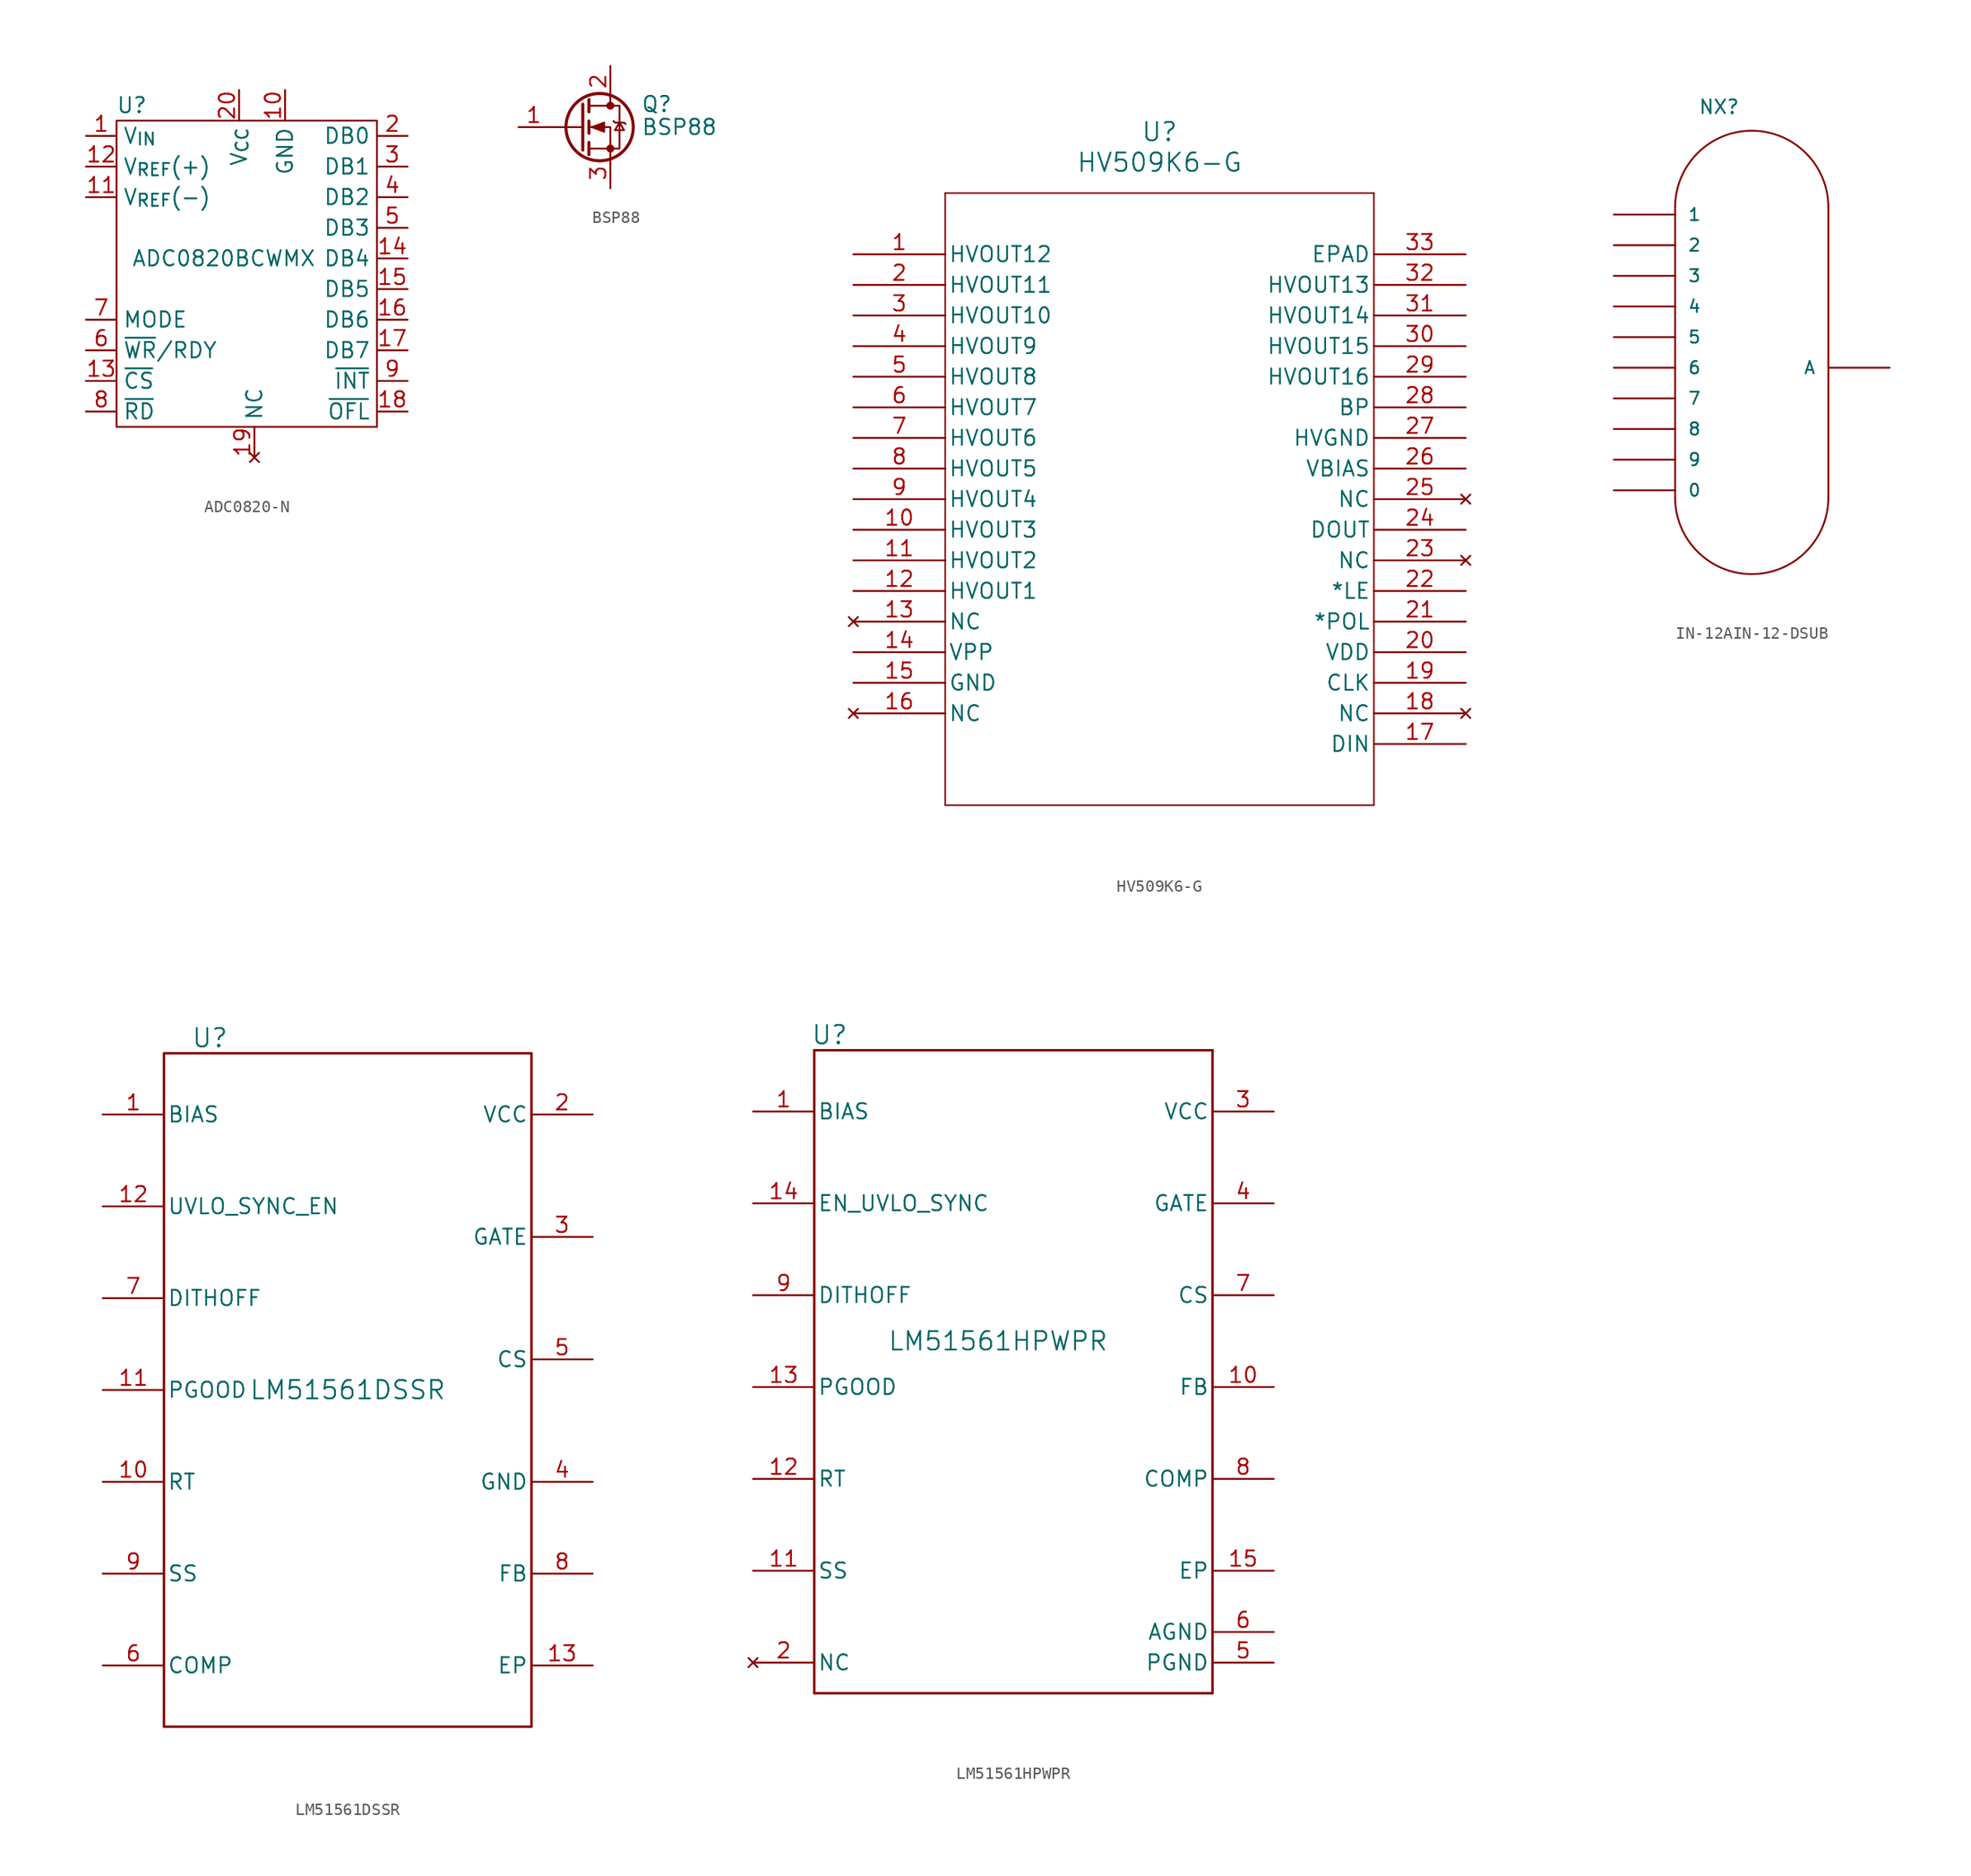
<source format=kicad_sym>
(kicad_symbol_lib
  (version 20220914)
  (generator kicad_symbol_editor)
  (symbol "ADC0820-N"
    (property "Reference" "U"
      (at 1.27 26.67 0)
      (effects (font (size 1.27 1.27))))
    (property "Value" "ADC0820BCWMX"
      (at 8.89 13.97 0)
      (effects (font (size 1.27 1.27))))
    (symbol "ADC0820-N_0_1"
      (rectangle (start 0 25.4) (end 21.59 0) (stroke (width 0) (type default)) (fill (type none))))
    (symbol "ADC0820-N_1_1"
      (pin input line (at -2.54 24.13 0) (length 2.54) (name "V_{IN}" (effects (font (size 1.27 1.27)))) (number "1" (effects (font (size 1.27 1.27)))))
      (pin power_in line (at 13.97 27.94 270) (length 2.54) (name "GND" (effects (font (size 1.27 1.27)))) (number "10" (effects (font (size 1.27 1.27)))))
      (pin input line (at -2.54 19.05 0) (length 2.54) (name "V_{REF}(-)" (effects (font (size 1.27 1.27)))) (number "11" (effects (font (size 1.27 1.27)))))
      (pin input line (at -2.54 21.59 0) (length 2.54) (name "V_{REF}(+)" (effects (font (size 1.27 1.27)))) (number "12" (effects (font (size 1.27 1.27)))))
      (pin input line (at -2.54 3.81 0) (length 2.54) (name "~{CS}" (effects (font (size 1.27 1.27)))) (number "13" (effects (font (size 1.27 1.27)))))
      (pin output line (at 24.13 13.97 180) (length 2.54) (name "DB4" (effects (font (size 1.27 1.27)))) (number "14" (effects (font (size 1.27 1.27)))))
      (pin output line (at 24.13 11.43 180) (length 2.54) (name "DB5" (effects (font (size 1.27 1.27)))) (number "15" (effects (font (size 1.27 1.27)))))
      (pin output line (at 24.13 8.89 180) (length 2.54) (name "DB6" (effects (font (size 1.27 1.27)))) (number "16" (effects (font (size 1.27 1.27)))))
      (pin output line (at 24.13 6.35 180) (length 2.54) (name "DB7" (effects (font (size 1.27 1.27)))) (number "17" (effects (font (size 1.27 1.27)))))
      (pin output line (at 24.13 1.27 180) (length 2.54) (name "~{OFL}" (effects (font (size 1.27 1.27)))) (number "18" (effects (font (size 1.27 1.27)))))
      (pin no_connect line (at 11.43 -2.54 90) (length 2.54) (name "NC" (effects (font (size 1.27 1.27)))) (number "19" (effects (font (size 1.27 1.27)))))
      (pin output line (at 24.13 24.13 180) (length 2.54) (name "DB0" (effects (font (size 1.27 1.27)))) (number "2" (effects (font (size 1.27 1.27)))))
      (pin power_in line (at 10.16 27.94 270) (length 2.54) (name "V_{CC}" (effects (font (size 1.27 1.27)))) (number "20" (effects (font (size 1.27 1.27)))))
      (pin output line (at 24.13 21.59 180) (length 2.54) (name "DB1" (effects (font (size 1.27 1.27)))) (number "3" (effects (font (size 1.27 1.27)))))
      (pin output line (at 24.13 19.05 180) (length 2.54) (name "DB2" (effects (font (size 1.27 1.27)))) (number "4" (effects (font (size 1.27 1.27)))))
      (pin output line (at 24.13 16.51 180) (length 2.54) (name "DB3" (effects (font (size 1.27 1.27)))) (number "5" (effects (font (size 1.27 1.27)))))
      (pin input line (at -2.54 6.35 0) (length 2.54) (name "~{WR}/RDY" (effects (font (size 1.27 1.27)))) (number "6" (effects (font (size 1.27 1.27)))))
      (pin input line (at -2.54 8.89 0) (length 2.54) (name "MODE" (effects (font (size 1.27 1.27)))) (number "7" (effects (font (size 1.27 1.27)))))
      (pin input line (at -2.54 1.27 0) (length 2.54) (name "~{RD}" (effects (font (size 1.27 1.27)))) (number "8" (effects (font (size 1.27 1.27)))))
      (pin output line (at 24.13 3.81 180) (length 2.54) (name "~{INT}" (effects (font (size 1.27 1.27)))) (number "9" (effects (font (size 1.27 1.27)))))))
  (symbol "BSP88"
    (pin_names hide)
    (property "Reference" "Q"
      (at 5.08 1.905 0)
      (effects (font (size 1.27 1.27)) (justify left)))
    (property "Value" "BSP88"
      (at 5.08 0 0)
      (effects (font (size 1.27 1.27)) (justify left)))
    (symbol "BSP88_0_1"
      (polyline (pts (xy 0.254 0) (xy -2.54 0)) (stroke (width 0) (type default)) (fill (type none)))
      (polyline (pts (xy 0.254 1.905) (xy 0.254 -1.905)) (stroke (width 0.254) (type default)) (fill (type none)))
      (polyline (pts (xy 0.762 -1.27) (xy 0.762 -2.286)) (stroke (width 0.254) (type default)) (fill (type none)))
      (polyline (pts (xy 0.762 0.508) (xy 0.762 -0.508)) (stroke (width 0.254) (type default)) (fill (type none)))
      (polyline (pts (xy 0.762 2.286) (xy 0.762 1.27)) (stroke (width 0.254) (type default)) (fill (type none)))
      (polyline (pts (xy 2.54 2.54) (xy 2.54 1.778)) (stroke (width 0) (type default)) (fill (type none)))
      (polyline (pts (xy 2.54 -2.54) (xy 2.54 0) (xy 0.762 0)) (stroke (width 0) (type default)) (fill (type none)))
      (polyline (pts (xy 0.762 -1.778) (xy 3.302 -1.778) (xy 3.302 1.778) (xy 0.762 1.778)) (stroke (width 0) (type default)) (fill (type none)))
      (polyline (pts (xy 1.016 0) (xy 2.032 0.381) (xy 2.032 -0.381) (xy 1.016 0)) (stroke (width 0) (type default)) (fill (type outline)))
      (polyline (pts (xy 2.794 0.508) (xy 2.921 0.381) (xy 3.683 0.381) (xy 3.81 0.254)) (stroke (width 0) (type default)) (fill (type none)))
      (polyline (pts (xy 3.302 0.381) (xy 2.921 -0.254) (xy 3.683 -0.254) (xy 3.302 0.381)) (stroke (width 0) (type default)) (fill (type none)))
      (circle (center 1.651 0) (radius 2.794) (stroke (width 0.254) (type default)) (fill (type none)))
      (circle (center 2.54 -1.778) (radius 0.254) (stroke (width 0) (type default)) (fill (type outline)))
      (circle (center 2.54 1.778) (radius 0.254) (stroke (width 0) (type default)) (fill (type outline))))
    (symbol "BSP88_1_1"
      (pin input line (at -5.08 0 0) (length 2.54) (name "G" (effects (font (size 1.27 1.27)))) (number "1" (effects (font (size 1.27 1.27)))))
      (pin passive line (at 2.54 5.08 270) (length 2.54) (name "D" (effects (font (size 1.27 1.27)))) (number "2" (effects (font (size 1.27 1.27)))))
      (pin passive line (at 2.54 -5.08 90) (length 2.54) (name "S" (effects (font (size 1.27 1.27)))) (number "3" (effects (font (size 1.27 1.27)))))))
  (symbol "HV509K6-G"
    (pin_names
      (offset 0.254))
    (property "Reference" "U"
      (at 25.4 10.16 0)
      (effects (font (size 1.524 1.524))))
    (property "Value" "HV509K6-G"
      (at 25.4 7.62 0)
      (effects (font (size 1.524 1.524))))
    (symbol "HV509K6-G_0_1"
      (polyline (pts (xy 7.62 -45.72) (xy 43.18 -45.72)) (stroke (width 0.127) (type default)) (fill (type none)))
      (polyline (pts (xy 7.62 5.08) (xy 7.62 -45.72)) (stroke (width 0.127) (type default)) (fill (type none)))
      (polyline (pts (xy 43.18 -45.72) (xy 43.18 5.08)) (stroke (width 0.127) (type default)) (fill (type none)))
      (polyline (pts (xy 43.18 5.08) (xy 7.62 5.08)) (stroke (width 0.127) (type default)) (fill (type none)))
      (pin output line (at 0 0 0) (length 7.62) (name "HVOUT12" (effects (font (size 1.27 1.27)))) (number "1" (effects (font (size 1.27 1.27)))))
      (pin output line (at 0 -22.86 0) (length 7.62) (name "HVOUT3" (effects (font (size 1.27 1.27)))) (number "10" (effects (font (size 1.27 1.27)))))
      (pin output line (at 0 -25.4 0) (length 7.62) (name "HVOUT2" (effects (font (size 1.27 1.27)))) (number "11" (effects (font (size 1.27 1.27)))))
      (pin output line (at 0 -27.94 0) (length 7.62) (name "HVOUT1" (effects (font (size 1.27 1.27)))) (number "12" (effects (font (size 1.27 1.27)))))
      (pin no_connect line (at 0 -30.48 0) (length 7.62) (name "NC" (effects (font (size 1.27 1.27)))) (number "13" (effects (font (size 1.27 1.27)))))
      (pin power_in line (at 0 -33.02 0) (length 7.62) (name "VPP" (effects (font (size 1.27 1.27)))) (number "14" (effects (font (size 1.27 1.27)))))
      (pin power_in line (at 0 -35.56 0) (length 7.62) (name "GND" (effects (font (size 1.27 1.27)))) (number "15" (effects (font (size 1.27 1.27)))))
      (pin no_connect line (at 0 -38.1 0) (length 7.62) (name "NC" (effects (font (size 1.27 1.27)))) (number "16" (effects (font (size 1.27 1.27)))))
      (pin input line (at 50.8 -40.64 180) (length 7.62) (name "DIN" (effects (font (size 1.27 1.27)))) (number "17" (effects (font (size 1.27 1.27)))))
      (pin no_connect line (at 50.8 -38.1 180) (length 7.62) (name "NC" (effects (font (size 1.27 1.27)))) (number "18" (effects (font (size 1.27 1.27)))))
      (pin input line (at 50.8 -35.56 180) (length 7.62) (name "CLK" (effects (font (size 1.27 1.27)))) (number "19" (effects (font (size 1.27 1.27)))))
      (pin output line (at 0 -2.54 0) (length 7.62) (name "HVOUT11" (effects (font (size 1.27 1.27)))) (number "2" (effects (font (size 1.27 1.27)))))
      (pin power_in line (at 50.8 -33.02 180) (length 7.62) (name "VDD" (effects (font (size 1.27 1.27)))) (number "20" (effects (font (size 1.27 1.27)))))
      (pin input line (at 50.8 -30.48 180) (length 7.62) (name "*POL" (effects (font (size 1.27 1.27)))) (number "21" (effects (font (size 1.27 1.27)))))
      (pin input line (at 50.8 -27.94 180) (length 7.62) (name "*LE" (effects (font (size 1.27 1.27)))) (number "22" (effects (font (size 1.27 1.27)))))
      (pin no_connect line (at 50.8 -25.4 180) (length 7.62) (name "NC" (effects (font (size 1.27 1.27)))) (number "23" (effects (font (size 1.27 1.27)))))
      (pin output line (at 50.8 -22.86 180) (length 7.62) (name "DOUT" (effects (font (size 1.27 1.27)))) (number "24" (effects (font (size 1.27 1.27)))))
      (pin no_connect line (at 50.8 -20.32 180) (length 7.62) (name "NC" (effects (font (size 1.27 1.27)))) (number "25" (effects (font (size 1.27 1.27)))))
      (pin power_in line (at 50.8 -17.78 180) (length 7.62) (name "VBIAS" (effects (font (size 1.27 1.27)))) (number "26" (effects (font (size 1.27 1.27)))))
      (pin power_out line (at 50.8 -15.24 180) (length 7.62) (name "HVGND" (effects (font (size 1.27 1.27)))) (number "27" (effects (font (size 1.27 1.27)))))
      (pin output line (at 50.8 -12.7 180) (length 7.62) (name "BP" (effects (font (size 1.27 1.27)))) (number "28" (effects (font (size 1.27 1.27)))))
      (pin output line (at 50.8 -10.16 180) (length 7.62) (name "HVOUT16" (effects (font (size 1.27 1.27)))) (number "29" (effects (font (size 1.27 1.27)))))
      (pin output line (at 0 -5.08 0) (length 7.62) (name "HVOUT10" (effects (font (size 1.27 1.27)))) (number "3" (effects (font (size 1.27 1.27)))))
      (pin output line (at 50.8 -7.62 180) (length 7.62) (name "HVOUT15" (effects (font (size 1.27 1.27)))) (number "30" (effects (font (size 1.27 1.27)))))
      (pin output line (at 50.8 -5.08 180) (length 7.62) (name "HVOUT14" (effects (font (size 1.27 1.27)))) (number "31" (effects (font (size 1.27 1.27)))))
      (pin output line (at 50.8 -2.54 180) (length 7.62) (name "HVOUT13" (effects (font (size 1.27 1.27)))) (number "32" (effects (font (size 1.27 1.27)))))
      (pin passive line (at 50.8 0 180) (length 7.62) (name "EPAD" (effects (font (size 1.27 1.27)))) (number "33" (effects (font (size 1.27 1.27)))))
      (pin output line (at 0 -7.62 0) (length 7.62) (name "HVOUT9" (effects (font (size 1.27 1.27)))) (number "4" (effects (font (size 1.27 1.27)))))
      (pin output line (at 0 -10.16 0) (length 7.62) (name "HVOUT8" (effects (font (size 1.27 1.27)))) (number "5" (effects (font (size 1.27 1.27)))))
      (pin output line (at 0 -12.7 0) (length 7.62) (name "HVOUT7" (effects (font (size 1.27 1.27)))) (number "6" (effects (font (size 1.27 1.27)))))
      (pin output line (at 0 -15.24 0) (length 7.62) (name "HVOUT6" (effects (font (size 1.27 1.27)))) (number "7" (effects (font (size 1.27 1.27)))))
      (pin output line (at 0 -17.78 0) (length 7.62) (name "HVOUT5" (effects (font (size 1.27 1.27)))) (number "8" (effects (font (size 1.27 1.27)))))
      (pin output line (at 0 -20.32 0) (length 7.62) (name "HVOUT4" (effects (font (size 1.27 1.27)))) (number "9" (effects (font (size 1.27 1.27)))))))
  (symbol "IN-12AIN-12-DSUB"
    (pin_numbers hide)
    (pin_names
      (offset 1.016))
    (property "Reference" "NX"
      (at -5.715 20.955 0)
      (effects (font (size 1.143 1.143)) (justify left bottom)))
    (symbol "IN-12AIN-12-DSUB_1_0"
      (polyline (pts (xy -7.62 -10.795) (xy -7.62 13.335)) (stroke (width 0) (type solid)) (fill (type none)))
      (polyline (pts (xy 5.08 -10.795) (xy 5.08 13.335)) (stroke (width 0) (type solid)) (fill (type none))))
    (symbol "IN-12AIN-12-DSUB_1_1"
      (arc (start -7.62 -10.795) (mid -1.27 -17.1174) (end 5.08 -10.795) (stroke (width 0) (type solid)) (fill (type none)))
      (arc (start 5.08 13.335) (mid -1.27 19.6574) (end -7.62 13.335) (stroke (width 0) (type solid)) (fill (type none)))
      (pin bidirectional line (at -12.7 -10.16 0) (length 5.08) (name "0" (effects (font (size 1.016 1.016)))) (number "0" (effects (font (size 1.016 1.016)))))
      (pin bidirectional line (at -12.7 12.7 0) (length 5.08) (name "1" (effects (font (size 1.016 1.016)))) (number "1" (effects (font (size 1.016 1.016)))))
      (pin bidirectional line (at -12.7 10.16 0) (length 5.08) (name "2" (effects (font (size 1.016 1.016)))) (number "2" (effects (font (size 1.016 1.016)))))
      (pin bidirectional line (at -12.7 7.62 0) (length 5.08) (name "3" (effects (font (size 1.016 1.016)))) (number "3" (effects (font (size 1.016 1.016)))))
      (pin bidirectional line (at -12.7 5.08 0) (length 5.08) (name "4" (effects (font (size 1.016 1.016)))) (number "4" (effects (font (size 1.016 1.016)))))
      (pin bidirectional line (at -12.7 2.54 0) (length 5.08) (name "5" (effects (font (size 1.016 1.016)))) (number "5" (effects (font (size 1.016 1.016)))))
      (pin bidirectional line (at -12.7 0 0) (length 5.08) (name "6" (effects (font (size 1.016 1.016)))) (number "6" (effects (font (size 1.016 1.016)))))
      (pin bidirectional line (at -12.7 -2.54 0) (length 5.08) (name "7" (effects (font (size 1.016 1.016)))) (number "7" (effects (font (size 1.016 1.016)))))
      (pin bidirectional line (at -12.7 -5.08 0) (length 5.08) (name "8" (effects (font (size 1.016 1.016)))) (number "8" (effects (font (size 1.016 1.016)))))
      (pin bidirectional line (at -12.7 -7.62 0) (length 5.08) (name "9" (effects (font (size 1.016 1.016)))) (number "9" (effects (font (size 1.016 1.016)))))
      (pin bidirectional line (at 10.16 0 180) (length 5.08) (name "A" (effects (font (size 1.016 1.016)))) (number "A" (effects (font (size 1.016 1.016)))))))
  (symbol "LM51561DSSR"
    (pin_names
      (offset 0.254))
    (property "Reference" "U"
      (at -11.43 29.21 0)
      (effects (font (size 1.524 1.524))))
    (property "Value" "LM51561DSSR"
      (at 0 0 0)
      (effects (font (size 1.524 1.524))))
    (symbol "LM51561DSSR_0_1"
      (polyline (pts (xy -15.24 -27.94) (xy 15.24 -27.94)) (stroke (width 0.203) (type default)) (fill (type none)))
      (polyline (pts (xy -15.24 27.94) (xy -15.24 -27.94)) (stroke (width 0.203) (type default)) (fill (type none)))
      (polyline (pts (xy 15.24 -27.94) (xy 15.24 27.94)) (stroke (width 0.203) (type default)) (fill (type none)))
      (polyline (pts (xy 15.24 27.94) (xy -15.24 27.94)) (stroke (width 0.203) (type default)) (fill (type none)))
      (pin power_in line (at -20.32 22.86 0) (length 5.08) (name "BIAS" (effects (font (size 1.27 1.27)))) (number "1" (effects (font (size 1.27 1.27)))))
      (pin input line (at -20.32 -7.62 0) (length 5.08) (name "RT" (effects (font (size 1.27 1.27)))) (number "10" (effects (font (size 1.27 1.27)))))
      (pin open_collector line (at -20.32 0 0) (length 5.08) (name "PGOOD" (effects (font (size 1.27 1.27)))) (number "11" (effects (font (size 1.27 1.27)))))
      (pin input line (at -20.32 15.24 0) (length 5.08) (name "UVLO_SYNC_EN" (effects (font (size 1.27 1.27)))) (number "12" (effects (font (size 1.27 1.27)))))
      (pin power_in line (at 20.32 -22.86 180) (length 5.08) (name "EP" (effects (font (size 1.27 1.27)))) (number "13" (effects (font (size 1.27 1.27)))))
      (pin power_in line (at 20.32 22.86 180) (length 5.08) (name "VCC" (effects (font (size 1.27 1.27)))) (number "2" (effects (font (size 1.27 1.27)))))
      (pin output line (at 20.32 12.7 180) (length 5.08) (name "GATE" (effects (font (size 1.27 1.27)))) (number "3" (effects (font (size 1.27 1.27)))))
      (pin power_in line (at 20.32 -7.62 180) (length 5.08) (name "GND" (effects (font (size 1.27 1.27)))) (number "4" (effects (font (size 1.27 1.27)))))
      (pin input line (at 20.32 2.54 180) (length 5.08) (name "CS" (effects (font (size 1.27 1.27)))) (number "5" (effects (font (size 1.27 1.27)))))
      (pin output line (at -20.32 -22.86 0) (length 5.08) (name "COMP" (effects (font (size 1.27 1.27)))) (number "6" (effects (font (size 1.27 1.27)))))
      (pin input line (at -20.32 7.62 0) (length 5.08) (name "DITHOFF" (effects (font (size 1.27 1.27)))) (number "7" (effects (font (size 1.27 1.27)))))
      (pin input line (at 20.32 -15.24 180) (length 5.08) (name "FB" (effects (font (size 1.27 1.27)))) (number "8" (effects (font (size 1.27 1.27)))))
      (pin input line (at -20.32 -15.24 0) (length 5.08) (name "SS" (effects (font (size 1.27 1.27)))) (number "9" (effects (font (size 1.27 1.27)))))))
  (symbol "LM51561HPWPR"
    (pin_names
      (offset 0.254))
    (property "Reference" "U"
      (at 6.35 6.35 0)
      (effects (font (size 1.524 1.524))))
    (property "Value" "LM51561HPWPR"
      (at 20.32 -19.05 0)
      (effects (font (size 1.524 1.524))))
    (symbol "LM51561HPWPR_0_1"
      (polyline (pts (xy 5.08 -48.26) (xy 38.1 -48.26)) (stroke (width 0.203) (type default)) (fill (type none)))
      (polyline (pts (xy 5.08 5.08) (xy 5.08 -48.26)) (stroke (width 0.203) (type default)) (fill (type none)))
      (polyline (pts (xy 38.1 -48.26) (xy 38.1 5.08)) (stroke (width 0.203) (type default)) (fill (type none)))
      (polyline (pts (xy 38.1 5.08) (xy 5.08 5.08)) (stroke (width 0.203) (type default)) (fill (type none)))
      (pin power_in line (at 0 0 0) (length 5.08) (name "BIAS" (effects (font (size 1.27 1.27)))) (number "1" (effects (font (size 1.27 1.27)))))
      (pin input line (at 43.18 -22.86 180) (length 5.08) (name "FB" (effects (font (size 1.27 1.27)))) (number "10" (effects (font (size 1.27 1.27)))))
      (pin input line (at 0 -38.1 0) (length 5.08) (name "SS" (effects (font (size 1.27 1.27)))) (number "11" (effects (font (size 1.27 1.27)))))
      (pin input line (at 0 -30.48 0) (length 5.08) (name "RT" (effects (font (size 1.27 1.27)))) (number "12" (effects (font (size 1.27 1.27)))))
      (pin open_collector line (at 0 -22.86 0) (length 5.08) (name "PGOOD" (effects (font (size 1.27 1.27)))) (number "13" (effects (font (size 1.27 1.27)))))
      (pin input line (at 0 -7.62 0) (length 5.08) (name "EN_UVLO_SYNC" (effects (font (size 1.27 1.27)))) (number "14" (effects (font (size 1.27 1.27)))))
      (pin passive line (at 43.18 -38.1 180) (length 5.08) (name "EP" (effects (font (size 1.27 1.27)))) (number "15" (effects (font (size 1.27 1.27)))))
      (pin no_connect line (at 0 -45.72 0) (length 5.08) (name "NC" (effects (font (size 1.27 1.27)))) (number "2" (effects (font (size 1.27 1.27)))))
      (pin power_out line (at 43.18 0 180) (length 5.08) (name "VCC" (effects (font (size 1.27 1.27)))) (number "3" (effects (font (size 1.27 1.27)))))
      (pin output line (at 43.18 -7.62 180) (length 5.08) (name "GATE" (effects (font (size 1.27 1.27)))) (number "4" (effects (font (size 1.27 1.27)))))
      (pin power_in line (at 43.18 -45.72 180) (length 5.08) (name "PGND" (effects (font (size 1.27 1.27)))) (number "5" (effects (font (size 1.27 1.27)))))
      (pin power_in line (at 43.18 -43.18 180) (length 5.08) (name "AGND" (effects (font (size 1.27 1.27)))) (number "6" (effects (font (size 1.27 1.27)))))
      (pin input line (at 43.18 -15.24 180) (length 5.08) (name "CS" (effects (font (size 1.27 1.27)))) (number "7" (effects (font (size 1.27 1.27)))))
      (pin output line (at 43.18 -30.48 180) (length 5.08) (name "COMP" (effects (font (size 1.27 1.27)))) (number "8" (effects (font (size 1.27 1.27)))))
      (pin input line (at 0 -15.24 0) (length 5.08) (name "DITHOFF" (effects (font (size 1.27 1.27)))) (number "9" (effects (font (size 1.27 1.27))))))))
</source>
